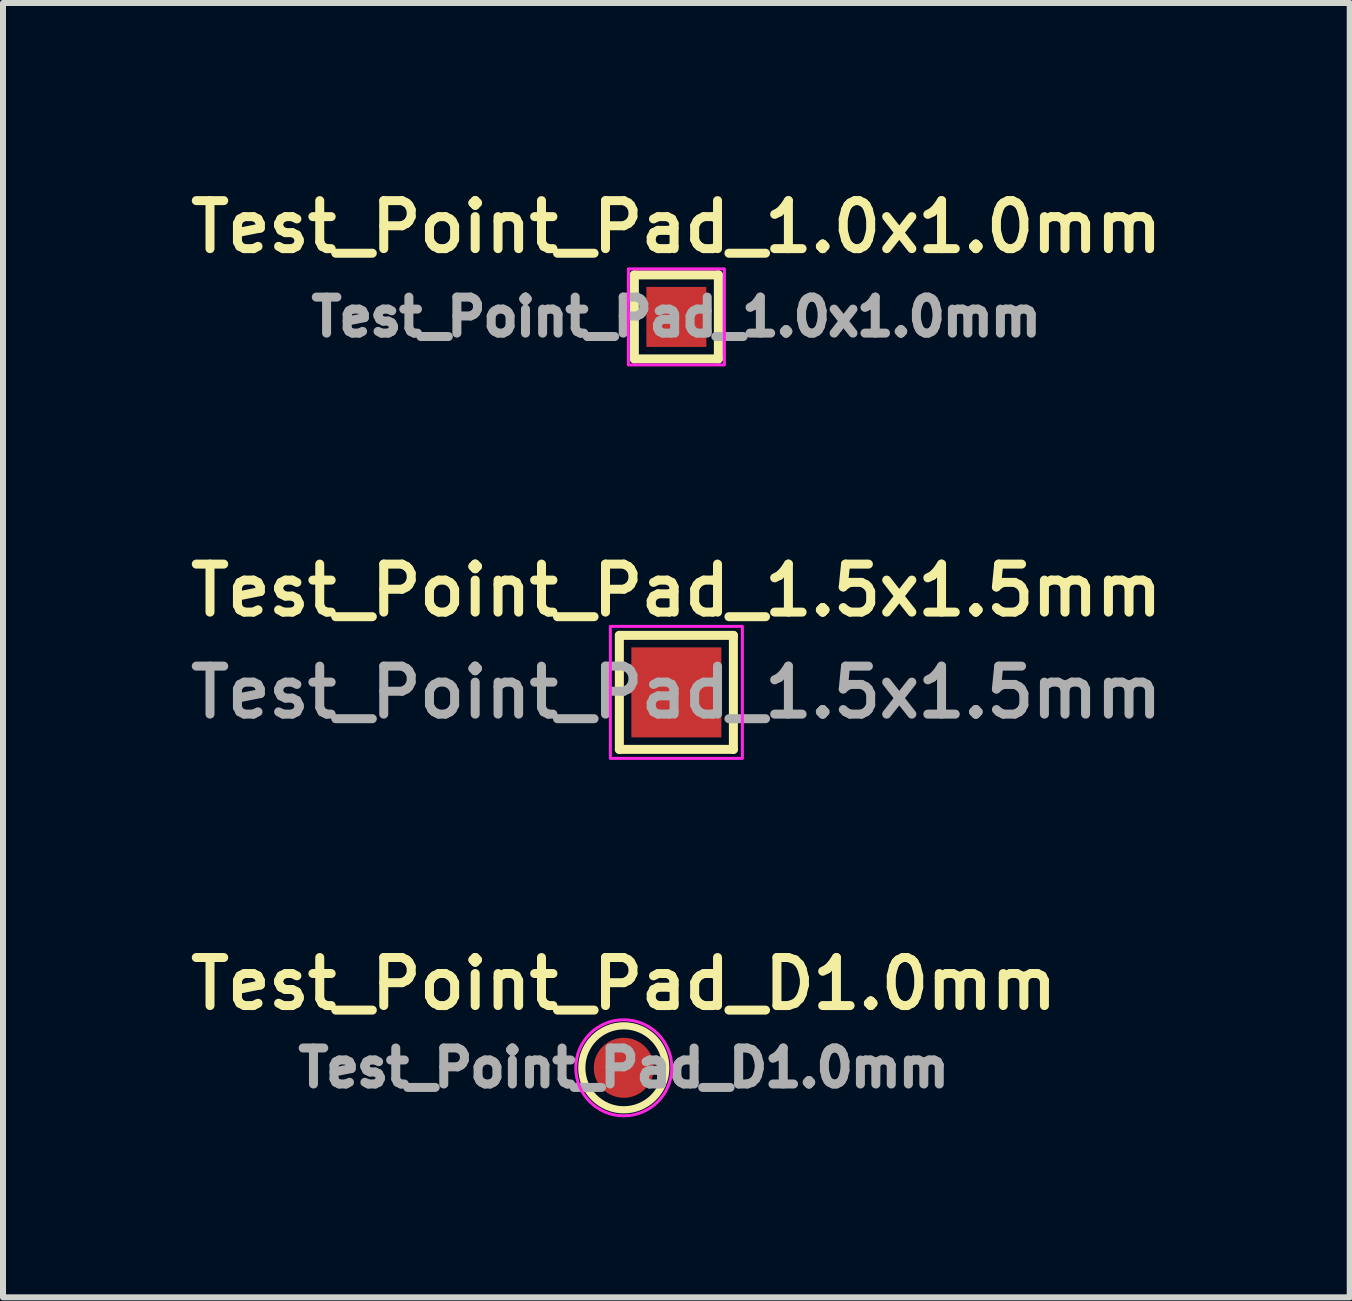
<source format=kicad_pcb>
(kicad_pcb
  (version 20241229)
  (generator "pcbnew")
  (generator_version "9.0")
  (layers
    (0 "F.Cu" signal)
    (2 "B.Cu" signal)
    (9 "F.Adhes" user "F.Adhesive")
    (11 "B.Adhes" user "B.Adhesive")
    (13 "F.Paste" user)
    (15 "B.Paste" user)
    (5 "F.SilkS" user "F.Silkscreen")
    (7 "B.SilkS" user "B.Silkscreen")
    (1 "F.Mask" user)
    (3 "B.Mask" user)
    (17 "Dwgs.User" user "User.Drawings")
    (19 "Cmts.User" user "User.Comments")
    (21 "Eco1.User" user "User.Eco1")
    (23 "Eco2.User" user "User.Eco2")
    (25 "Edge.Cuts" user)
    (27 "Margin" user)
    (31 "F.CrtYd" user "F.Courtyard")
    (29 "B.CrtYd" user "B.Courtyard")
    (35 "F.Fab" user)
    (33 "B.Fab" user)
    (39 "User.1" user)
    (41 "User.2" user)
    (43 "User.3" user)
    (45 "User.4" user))
  (footprint "Test_Point_Pad_D1.0mm"
    (layer "F.Cu")
    (at 7.345 14.744)
    (property "Reference" "Test_Point_Pad_D1.0mm" (at 0 -1.4 0) (layer "F.SilkS") (effects (font (size 0.8 0.8) (thickness 0.15))))
    (attr exclude_from_pos_files exclude_from_bom)
    (fp_circle (center 0 0) (end 0 0.7) (stroke (width 0.12) (type solid)) (fill no) (layer "F.SilkS"))
    (fp_circle (center 0 0) (end 0.8 0) (stroke (width 0.05) (type solid)) (fill no) (layer "F.CrtYd"))
    (fp_text user "${REFERENCE}" (at 0 0 0) (layer "F.Fab") (effects (font (size 0.6 0.6) (thickness 0.15))))
    (pad "1" smd circle (at 0 0) (size 1 1) (layers "F.Cu" "F.Mask")))
  (footprint "Test_Point_Pad_1.5x1.5mm"
    (layer "F.Cu")
    (at 8.221 8.488)
    (property "Reference" "Test_Point_Pad_1.5x1.5mm" (at 0 -1.7 0) (layer "F.SilkS") (effects (font (size 0.8 0.8) (thickness 0.15))))
    (attr exclude_from_pos_files exclude_from_bom)
    (fp_line (start -0.95 -0.95) (end 0.95 -0.95) (stroke (width 0.15) (type solid)) (layer "F.SilkS"))
    (fp_line (start -0.95 0.95) (end -0.95 -0.95) (stroke (width 0.15) (type solid)) (layer "F.SilkS"))
    (fp_line (start 0.95 -0.95) (end 0.95 0.95) (stroke (width 0.15) (type solid)) (layer "F.SilkS"))
    (fp_line (start 0.95 0.95) (end -0.95 0.95) (stroke (width 0.15) (type solid)) (layer "F.SilkS"))
    (fp_rect (start -1.1 -1.1) (end 1.1 1.1) (stroke (width 0.05) (type default)) (fill no) (layer "F.CrtYd"))
    (fp_text user "${REFERENCE}" (at 0 0 0) (layer "F.Fab") (effects (font (size 0.8 0.8) (thickness 0.15))))
    (pad "1" smd rect (at 0 0) (size 1.5 1.5) (layers "F.Cu" "F.Mask")))
  (footprint "Test_Point_Pad_1.0x1.0mm"
    (layer "F.Cu")
    (at 8.221 2.231)
    (property "Reference" "Test_Point_Pad_1.0x1.0mm" (at 0 -1.5 0) (layer "F.SilkS") (effects (font (size 0.8 0.8) (thickness 0.15))))
    (attr exclude_from_pos_files exclude_from_bom)
    (fp_line (start -0.7 -0.7) (end 0.7 -0.7) (stroke (width 0.15) (type solid)) (layer "F.SilkS"))
    (fp_line (start -0.7 0.7) (end -0.7 -0.7) (stroke (width 0.15) (type solid)) (layer "F.SilkS"))
    (fp_line (start 0.7 -0.7) (end 0.7 0.7) (stroke (width 0.15) (type solid)) (layer "F.SilkS"))
    (fp_line (start 0.7 0.7) (end -0.7 0.7) (stroke (width 0.15) (type solid)) (layer "F.SilkS"))
    (fp_rect (start -0.8 -0.8) (end 0.8 0.8) (stroke (width 0.05) (type default)) (fill no) (layer "F.CrtYd"))
    (fp_text user "${REFERENCE}" (at 0 0 0) (layer "F.Fab") (effects (font (size 0.6 0.6) (thickness 0.15))))
    (pad "1" smd rect (at 0 0) (size 1 1) (layers "F.Cu" "F.Mask")))
  (gr_rect
    (start -3 -3)
    (end 19.442 18.569)
    (stroke (width 0.1) (type default))
    (fill no)
    (layer "Edge.Cuts")))
</source>
